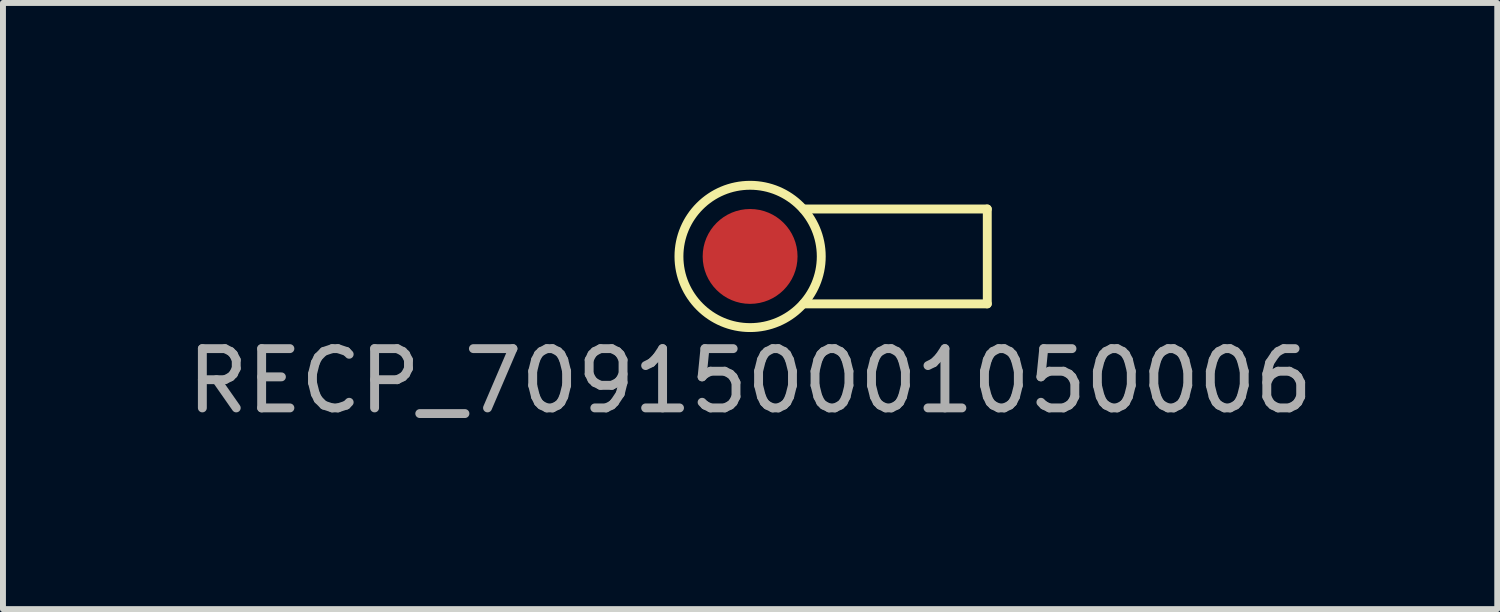
<source format=kicad_pcb>
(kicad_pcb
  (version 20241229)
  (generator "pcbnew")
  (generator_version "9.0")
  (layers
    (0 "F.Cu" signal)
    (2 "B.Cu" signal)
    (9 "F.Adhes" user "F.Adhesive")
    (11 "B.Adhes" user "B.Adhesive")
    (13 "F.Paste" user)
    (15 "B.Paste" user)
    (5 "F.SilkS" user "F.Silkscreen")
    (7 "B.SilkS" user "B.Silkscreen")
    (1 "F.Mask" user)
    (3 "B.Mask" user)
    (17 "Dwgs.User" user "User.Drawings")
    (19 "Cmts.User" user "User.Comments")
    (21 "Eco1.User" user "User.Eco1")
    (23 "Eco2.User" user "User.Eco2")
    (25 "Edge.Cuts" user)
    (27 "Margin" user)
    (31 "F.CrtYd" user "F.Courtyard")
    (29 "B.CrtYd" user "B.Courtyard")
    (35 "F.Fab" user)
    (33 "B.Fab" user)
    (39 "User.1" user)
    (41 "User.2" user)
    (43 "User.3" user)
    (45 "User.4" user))
  (footprint "RECP_709150001050006"
    (layer "F.Cu")
    (at 9.601 1.275)
    (property "Reference" "RECP_709150001050006" (at 0 2.1 0) (layer "F.Fab") (effects (font (size 1 1) (thickness 0.15))))
    (attr through_hole)
    (fp_line (start 0.9 -0.8) (end 4 -0.8) (stroke (width 0.15) (type solid)) (layer "F.SilkS"))
    (fp_line (start 4 -0.8) (end 4 0.8) (stroke (width 0.15) (type solid)) (layer "F.SilkS"))
    (fp_line (start 4 0.8) (end 0.9 0.8) (stroke (width 0.15) (type solid)) (layer "F.SilkS"))
    (fp_circle (center 0 0) (end 1.2 0) (stroke (width 0.15) (type solid)) (fill no) (layer "F.SilkS"))
    (pad "1" smd circle (at 0 0) (size 1.6 1.6) (layers "F.Cu" "F.Mask")))
  (gr_rect
    (start -3 -3)
    (end 22.202 7.223)
    (stroke (width 0.1) (type default))
    (fill no)
    (layer "Edge.Cuts")))
</source>
